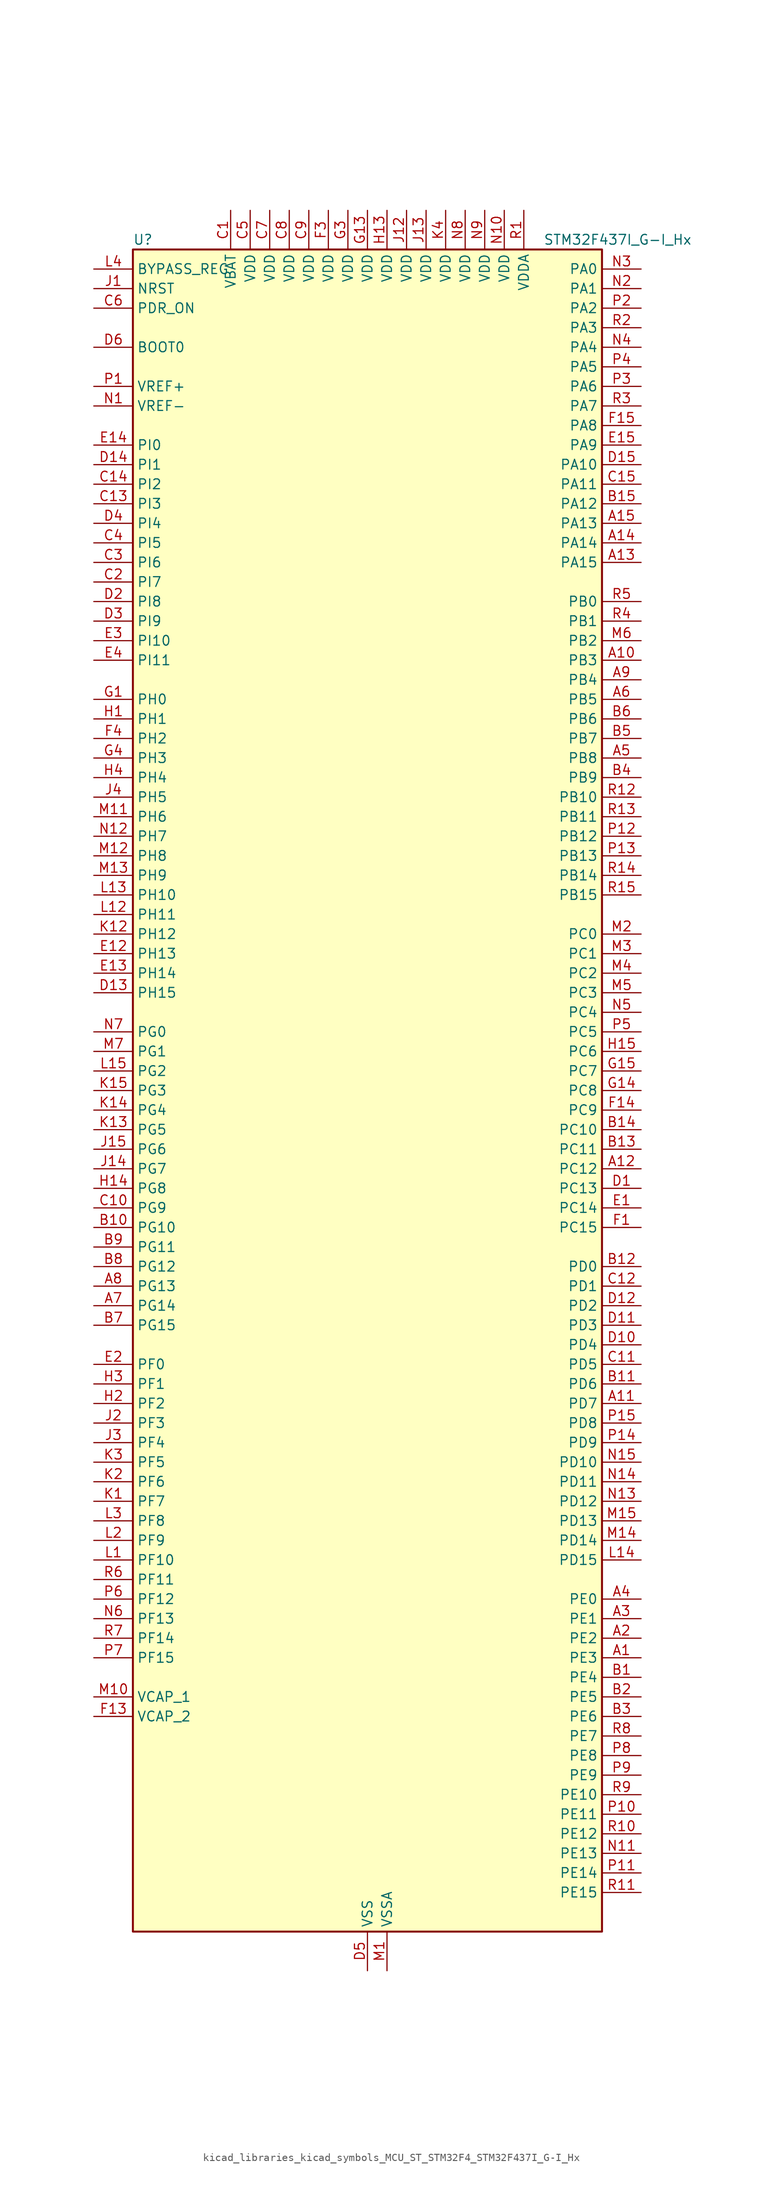
<source format=kicad_sym>
(kicad_symbol_lib
  (version 20220914)
  (generator kicad_symbol_editor)
  (symbol "kicad_libraries_kicad_symbols_MCU_ST_STM32F4_STM32F437I_G-I_Hx"
    (property "Reference" "U"
      (at -30.48 110.49 0)
      (effects (font (size 1.27 1.27)) (justify left)))
    (property "Value" "STM32F437I_G-I_Hx"
      (at 22.86 110.49 0)
      (effects (font (size 1.27 1.27)) (justify left)))
    (property "ki_locked" ""
      (at 0 0 0)
      (effects (font (size 1.27 1.27))))
    (symbol "kicad_libraries_kicad_symbols_MCU_ST_STM32F4_STM32F437I_G-I_Hx_0_1"
      (rectangle (start -30.48 -109.22) (end 30.48 109.22) (stroke (width 0.254) (type default)) (fill (type background))))
    (symbol "kicad_libraries_kicad_symbols_MCU_ST_STM32F4_STM32F437I_G-I_Hx_1_1"
      (pin bidirectional line (at 35.56 -73.66 180) (length 5.08) (name "PE3" (effects (font (size 1.27 1.27)))) (number "A1" (effects (font (size 1.27 1.27)))) (alternate "FMC_A19" bidirectional line) (alternate "SAI1_SD_B" bidirectional line) (alternate "SYS_TRACED0" bidirectional line))
      (pin bidirectional line (at 35.56 55.88 180) (length 5.08) (name "PB3" (effects (font (size 1.27 1.27)))) (number "A10" (effects (font (size 1.27 1.27)))) (alternate "I2S3_CK" bidirectional line) (alternate "SPI1_SCK" bidirectional line) (alternate "SPI3_SCK" bidirectional line) (alternate "SYS_JTDO-SWO" bidirectional line) (alternate "TIM2_CH2" bidirectional line))
      (pin bidirectional line (at 35.56 -40.64 180) (length 5.08) (name "PD7" (effects (font (size 1.27 1.27)))) (number "A11" (effects (font (size 1.27 1.27)))) (alternate "FMC_NCE2" bidirectional line) (alternate "FMC_NE1" bidirectional line) (alternate "USART2_CK" bidirectional line))
      (pin bidirectional line (at 35.56 -10.16 180) (length 5.08) (name "PC12" (effects (font (size 1.27 1.27)))) (number "A12" (effects (font (size 1.27 1.27)))) (alternate "DCMI_D9" bidirectional line) (alternate "I2S3_SD" bidirectional line) (alternate "SDIO_CK" bidirectional line) (alternate "SPI3_MOSI" bidirectional line) (alternate "UART5_TX" bidirectional line) (alternate "USART3_CK" bidirectional line))
      (pin bidirectional line (at 35.56 68.58 180) (length 5.08) (name "PA15" (effects (font (size 1.27 1.27)))) (number "A13" (effects (font (size 1.27 1.27)))) (alternate "ADC1_EXTI15" bidirectional line) (alternate "ADC2_EXTI15" bidirectional line) (alternate "ADC3_EXTI15" bidirectional line) (alternate "I2S3_WS" bidirectional line) (alternate "SPI1_NSS" bidirectional line) (alternate "SPI3_NSS" bidirectional line) (alternate "SYS_JTDI" bidirectional line) (alternate "TIM2_CH1" bidirectional line) (alternate "TIM2_ETR" bidirectional line))
      (pin bidirectional line (at 35.56 71.12 180) (length 5.08) (name "PA14" (effects (font (size 1.27 1.27)))) (number "A14" (effects (font (size 1.27 1.27)))) (alternate "SYS_JTCK-SWCLK" bidirectional line))
      (pin bidirectional line (at 35.56 73.66 180) (length 5.08) (name "PA13" (effects (font (size 1.27 1.27)))) (number "A15" (effects (font (size 1.27 1.27)))) (alternate "SYS_JTMS-SWDIO" bidirectional line))
      (pin bidirectional line (at 35.56 -71.12 180) (length 5.08) (name "PE2" (effects (font (size 1.27 1.27)))) (number "A2" (effects (font (size 1.27 1.27)))) (alternate "ETH_TXD3" bidirectional line) (alternate "FMC_A23" bidirectional line) (alternate "SAI1_MCLK_A" bidirectional line) (alternate "SPI4_SCK" bidirectional line) (alternate "SYS_TRACECLK" bidirectional line))
      (pin bidirectional line (at 35.56 -68.58 180) (length 5.08) (name "PE1" (effects (font (size 1.27 1.27)))) (number "A3" (effects (font (size 1.27 1.27)))) (alternate "DCMI_D3" bidirectional line) (alternate "FMC_NBL1" bidirectional line) (alternate "UART8_TX" bidirectional line))
      (pin bidirectional line (at 35.56 -66.04 180) (length 5.08) (name "PE0" (effects (font (size 1.27 1.27)))) (number "A4" (effects (font (size 1.27 1.27)))) (alternate "DCMI_D2" bidirectional line) (alternate "FMC_NBL0" bidirectional line) (alternate "TIM4_ETR" bidirectional line) (alternate "UART8_RX" bidirectional line))
      (pin bidirectional line (at 35.56 43.18 180) (length 5.08) (name "PB8" (effects (font (size 1.27 1.27)))) (number "A5" (effects (font (size 1.27 1.27)))) (alternate "CAN1_RX" bidirectional line) (alternate "DCMI_D6" bidirectional line) (alternate "ETH_TXD3" bidirectional line) (alternate "I2C1_SCL" bidirectional line) (alternate "SDIO_D4" bidirectional line) (alternate "TIM10_CH1" bidirectional line) (alternate "TIM4_CH3" bidirectional line))
      (pin bidirectional line (at 35.56 50.8 180) (length 5.08) (name "PB5" (effects (font (size 1.27 1.27)))) (number "A6" (effects (font (size 1.27 1.27)))) (alternate "CAN2_RX" bidirectional line) (alternate "DCMI_D10" bidirectional line) (alternate "ETH_PPS_OUT" bidirectional line) (alternate "FMC_SDCKE1" bidirectional line) (alternate "I2C1_SMBA" bidirectional line) (alternate "I2S3_SD" bidirectional line) (alternate "SPI1_MOSI" bidirectional line) (alternate "SPI3_MOSI" bidirectional line) (alternate "TIM3_CH2" bidirectional line) (alternate "USB_OTG_HS_ULPI_D7" bidirectional line))
      (pin bidirectional line (at -35.56 -27.94 0) (length 5.08) (name "PG14" (effects (font (size 1.27 1.27)))) (number "A7" (effects (font (size 1.27 1.27)))) (alternate "ETH_TXD1" bidirectional line) (alternate "FMC_A25" bidirectional line) (alternate "SPI6_MOSI" bidirectional line) (alternate "USART6_TX" bidirectional line))
      (pin bidirectional line (at -35.56 -25.4 0) (length 5.08) (name "PG13" (effects (font (size 1.27 1.27)))) (number "A8" (effects (font (size 1.27 1.27)))) (alternate "ETH_TXD0" bidirectional line) (alternate "FMC_A24" bidirectional line) (alternate "SPI6_SCK" bidirectional line) (alternate "USART6_CTS" bidirectional line))
      (pin bidirectional line (at 35.56 53.34 180) (length 5.08) (name "PB4" (effects (font (size 1.27 1.27)))) (number "A9" (effects (font (size 1.27 1.27)))) (alternate "I2S3_ext_SD" bidirectional line) (alternate "SPI1_MISO" bidirectional line) (alternate "SPI3_MISO" bidirectional line) (alternate "SYS_JTRST" bidirectional line) (alternate "TIM3_CH1" bidirectional line))
      (pin bidirectional line (at 35.56 -76.2 180) (length 5.08) (name "PE4" (effects (font (size 1.27 1.27)))) (number "B1" (effects (font (size 1.27 1.27)))) (alternate "DCMI_D4" bidirectional line) (alternate "FMC_A20" bidirectional line) (alternate "SAI1_FS_A" bidirectional line) (alternate "SPI4_NSS" bidirectional line) (alternate "SYS_TRACED1" bidirectional line))
      (pin bidirectional line (at -35.56 -17.78 0) (length 5.08) (name "PG10" (effects (font (size 1.27 1.27)))) (number "B10" (effects (font (size 1.27 1.27)))) (alternate "DCMI_D2" bidirectional line) (alternate "FMC_NCE4_1" bidirectional line) (alternate "FMC_NE3" bidirectional line))
      (pin bidirectional line (at 35.56 -38.1 180) (length 5.08) (name "PD6" (effects (font (size 1.27 1.27)))) (number "B11" (effects (font (size 1.27 1.27)))) (alternate "DCMI_D10" bidirectional line) (alternate "FMC_NWAIT" bidirectional line) (alternate "I2S3_SD" bidirectional line) (alternate "SAI1_SD_A" bidirectional line) (alternate "SPI3_MOSI" bidirectional line) (alternate "USART2_RX" bidirectional line))
      (pin bidirectional line (at 35.56 -22.86 180) (length 5.08) (name "PD0" (effects (font (size 1.27 1.27)))) (number "B12" (effects (font (size 1.27 1.27)))) (alternate "CAN1_RX" bidirectional line) (alternate "FMC_D2" bidirectional line) (alternate "FMC_DA2" bidirectional line))
      (pin bidirectional line (at 35.56 -7.62 180) (length 5.08) (name "PC11" (effects (font (size 1.27 1.27)))) (number "B13" (effects (font (size 1.27 1.27)))) (alternate "ADC1_EXTI11" bidirectional line) (alternate "ADC2_EXTI11" bidirectional line) (alternate "ADC3_EXTI11" bidirectional line) (alternate "DCMI_D4" bidirectional line) (alternate "I2S3_ext_SD" bidirectional line) (alternate "SDIO_D3" bidirectional line) (alternate "SPI3_MISO" bidirectional line) (alternate "UART4_RX" bidirectional line) (alternate "USART3_RX" bidirectional line))
      (pin bidirectional line (at 35.56 -5.08 180) (length 5.08) (name "PC10" (effects (font (size 1.27 1.27)))) (number "B14" (effects (font (size 1.27 1.27)))) (alternate "DCMI_D8" bidirectional line) (alternate "I2S3_CK" bidirectional line) (alternate "SDIO_D2" bidirectional line) (alternate "SPI3_SCK" bidirectional line) (alternate "UART4_TX" bidirectional line) (alternate "USART3_TX" bidirectional line))
      (pin bidirectional line (at 35.56 76.2 180) (length 5.08) (name "PA12" (effects (font (size 1.27 1.27)))) (number "B15" (effects (font (size 1.27 1.27)))) (alternate "CAN1_TX" bidirectional line) (alternate "TIM1_ETR" bidirectional line) (alternate "USART1_RTS" bidirectional line) (alternate "USB_OTG_FS_DP" bidirectional line))
      (pin bidirectional line (at 35.56 -78.74 180) (length 5.08) (name "PE5" (effects (font (size 1.27 1.27)))) (number "B2" (effects (font (size 1.27 1.27)))) (alternate "DCMI_D6" bidirectional line) (alternate "FMC_A21" bidirectional line) (alternate "SAI1_SCK_A" bidirectional line) (alternate "SPI4_MISO" bidirectional line) (alternate "SYS_TRACED2" bidirectional line) (alternate "TIM9_CH1" bidirectional line))
      (pin bidirectional line (at 35.56 -81.28 180) (length 5.08) (name "PE6" (effects (font (size 1.27 1.27)))) (number "B3" (effects (font (size 1.27 1.27)))) (alternate "DCMI_D7" bidirectional line) (alternate "FMC_A22" bidirectional line) (alternate "SAI1_SD_A" bidirectional line) (alternate "SPI4_MOSI" bidirectional line) (alternate "SYS_TRACED3" bidirectional line) (alternate "TIM9_CH2" bidirectional line))
      (pin bidirectional line (at 35.56 40.64 180) (length 5.08) (name "PB9" (effects (font (size 1.27 1.27)))) (number "B4" (effects (font (size 1.27 1.27)))) (alternate "CAN1_TX" bidirectional line) (alternate "DAC_EXTI9" bidirectional line) (alternate "DCMI_D7" bidirectional line) (alternate "I2C1_SDA" bidirectional line) (alternate "I2S2_WS" bidirectional line) (alternate "SDIO_D5" bidirectional line) (alternate "SPI2_NSS" bidirectional line) (alternate "TIM11_CH1" bidirectional line) (alternate "TIM4_CH4" bidirectional line))
      (pin bidirectional line (at 35.56 45.72 180) (length 5.08) (name "PB7" (effects (font (size 1.27 1.27)))) (number "B5" (effects (font (size 1.27 1.27)))) (alternate "DCMI_VSYNC" bidirectional line) (alternate "FMC_NL" bidirectional line) (alternate "I2C1_SDA" bidirectional line) (alternate "TIM4_CH2" bidirectional line) (alternate "USART1_RX" bidirectional line))
      (pin bidirectional line (at 35.56 48.26 180) (length 5.08) (name "PB6" (effects (font (size 1.27 1.27)))) (number "B6" (effects (font (size 1.27 1.27)))) (alternate "CAN2_TX" bidirectional line) (alternate "DCMI_D5" bidirectional line) (alternate "FMC_SDNE1" bidirectional line) (alternate "I2C1_SCL" bidirectional line) (alternate "TIM4_CH1" bidirectional line) (alternate "USART1_TX" bidirectional line))
      (pin bidirectional line (at -35.56 -30.48 0) (length 5.08) (name "PG15" (effects (font (size 1.27 1.27)))) (number "B7" (effects (font (size 1.27 1.27)))) (alternate "ADC1_EXTI15" bidirectional line) (alternate "ADC2_EXTI15" bidirectional line) (alternate "ADC3_EXTI15" bidirectional line) (alternate "DCMI_D13" bidirectional line) (alternate "FMC_SDNCAS" bidirectional line) (alternate "USART6_CTS" bidirectional line))
      (pin bidirectional line (at -35.56 -22.86 0) (length 5.08) (name "PG12" (effects (font (size 1.27 1.27)))) (number "B8" (effects (font (size 1.27 1.27)))) (alternate "FMC_NE4" bidirectional line) (alternate "SPI6_MISO" bidirectional line) (alternate "USART6_RTS" bidirectional line))
      (pin bidirectional line (at -35.56 -20.32 0) (length 5.08) (name "PG11" (effects (font (size 1.27 1.27)))) (number "B9" (effects (font (size 1.27 1.27)))) (alternate "ADC1_EXTI11" bidirectional line) (alternate "ADC2_EXTI11" bidirectional line) (alternate "ADC3_EXTI11" bidirectional line) (alternate "DCMI_D3" bidirectional line) (alternate "ETH_TX_EN" bidirectional line) (alternate "FMC_NCE4_2" bidirectional line))
      (pin power_in line (at -17.78 114.3 270) (length 5.08) (name "VBAT" (effects (font (size 1.27 1.27)))) (number "C1" (effects (font (size 1.27 1.27)))))
      (pin bidirectional line (at -35.56 -15.24 0) (length 5.08) (name "PG9" (effects (font (size 1.27 1.27)))) (number "C10" (effects (font (size 1.27 1.27)))) (alternate "DAC_EXTI9" bidirectional line) (alternate "DCMI_VSYNC" bidirectional line) (alternate "FMC_NCE3" bidirectional line) (alternate "FMC_NE2" bidirectional line) (alternate "USART6_RX" bidirectional line))
      (pin bidirectional line (at 35.56 -35.56 180) (length 5.08) (name "PD5" (effects (font (size 1.27 1.27)))) (number "C11" (effects (font (size 1.27 1.27)))) (alternate "FMC_NWE" bidirectional line) (alternate "USART2_TX" bidirectional line))
      (pin bidirectional line (at 35.56 -25.4 180) (length 5.08) (name "PD1" (effects (font (size 1.27 1.27)))) (number "C12" (effects (font (size 1.27 1.27)))) (alternate "CAN1_TX" bidirectional line) (alternate "FMC_D3" bidirectional line) (alternate "FMC_DA3" bidirectional line))
      (pin bidirectional line (at -35.56 76.2 0) (length 5.08) (name "PI3" (effects (font (size 1.27 1.27)))) (number "C13" (effects (font (size 1.27 1.27)))) (alternate "DCMI_D10" bidirectional line) (alternate "FMC_D27" bidirectional line) (alternate "I2S2_SD" bidirectional line) (alternate "SPI2_MOSI" bidirectional line) (alternate "TIM8_ETR" bidirectional line))
      (pin bidirectional line (at -35.56 78.74 0) (length 5.08) (name "PI2" (effects (font (size 1.27 1.27)))) (number "C14" (effects (font (size 1.27 1.27)))) (alternate "DCMI_D9" bidirectional line) (alternate "FMC_D26" bidirectional line) (alternate "I2S2_ext_SD" bidirectional line) (alternate "SPI2_MISO" bidirectional line) (alternate "TIM8_CH4" bidirectional line))
      (pin bidirectional line (at 35.56 78.74 180) (length 5.08) (name "PA11" (effects (font (size 1.27 1.27)))) (number "C15" (effects (font (size 1.27 1.27)))) (alternate "ADC1_EXTI11" bidirectional line) (alternate "ADC2_EXTI11" bidirectional line) (alternate "ADC3_EXTI11" bidirectional line) (alternate "CAN1_RX" bidirectional line) (alternate "TIM1_CH4" bidirectional line) (alternate "USART1_CTS" bidirectional line) (alternate "USB_OTG_FS_DM" bidirectional line))
      (pin bidirectional line (at -35.56 66.04 0) (length 5.08) (name "PI7" (effects (font (size 1.27 1.27)))) (number "C2" (effects (font (size 1.27 1.27)))) (alternate "DCMI_D7" bidirectional line) (alternate "FMC_D29" bidirectional line) (alternate "TIM8_CH3" bidirectional line))
      (pin bidirectional line (at -35.56 68.58 0) (length 5.08) (name "PI6" (effects (font (size 1.27 1.27)))) (number "C3" (effects (font (size 1.27 1.27)))) (alternate "DCMI_D6" bidirectional line) (alternate "FMC_D28" bidirectional line) (alternate "TIM8_CH2" bidirectional line))
      (pin bidirectional line (at -35.56 71.12 0) (length 5.08) (name "PI5" (effects (font (size 1.27 1.27)))) (number "C4" (effects (font (size 1.27 1.27)))) (alternate "DCMI_VSYNC" bidirectional line) (alternate "FMC_NBL3" bidirectional line) (alternate "TIM8_CH1" bidirectional line))
      (pin power_in line (at -15.24 114.3 270) (length 5.08) (name "VDD" (effects (font (size 1.27 1.27)))) (number "C5" (effects (font (size 1.27 1.27)))))
      (pin input line (at -35.56 101.6 0) (length 5.08) (name "PDR_ON" (effects (font (size 1.27 1.27)))) (number "C6" (effects (font (size 1.27 1.27)))))
      (pin power_in line (at -12.7 114.3 270) (length 5.08) (name "VDD" (effects (font (size 1.27 1.27)))) (number "C7" (effects (font (size 1.27 1.27)))))
      (pin power_in line (at -10.16 114.3 270) (length 5.08) (name "VDD" (effects (font (size 1.27 1.27)))) (number "C8" (effects (font (size 1.27 1.27)))))
      (pin power_in line (at -7.62 114.3 270) (length 5.08) (name "VDD" (effects (font (size 1.27 1.27)))) (number "C9" (effects (font (size 1.27 1.27)))))
      (pin bidirectional line (at 35.56 -12.7 180) (length 5.08) (name "PC13" (effects (font (size 1.27 1.27)))) (number "D1" (effects (font (size 1.27 1.27)))) (alternate "RTC_AF1" bidirectional line))
      (pin bidirectional line (at 35.56 -33.02 180) (length 5.08) (name "PD4" (effects (font (size 1.27 1.27)))) (number "D10" (effects (font (size 1.27 1.27)))) (alternate "FMC_NOE" bidirectional line) (alternate "USART2_RTS" bidirectional line))
      (pin bidirectional line (at 35.56 -30.48 180) (length 5.08) (name "PD3" (effects (font (size 1.27 1.27)))) (number "D11" (effects (font (size 1.27 1.27)))) (alternate "DCMI_D5" bidirectional line) (alternate "FMC_CLK" bidirectional line) (alternate "I2S2_CK" bidirectional line) (alternate "SPI2_SCK" bidirectional line) (alternate "USART2_CTS" bidirectional line))
      (pin bidirectional line (at 35.56 -27.94 180) (length 5.08) (name "PD2" (effects (font (size 1.27 1.27)))) (number "D12" (effects (font (size 1.27 1.27)))) (alternate "DCMI_D11" bidirectional line) (alternate "SDIO_CMD" bidirectional line) (alternate "TIM3_ETR" bidirectional line) (alternate "UART5_RX" bidirectional line))
      (pin bidirectional line (at -35.56 12.7 0) (length 5.08) (name "PH15" (effects (font (size 1.27 1.27)))) (number "D13" (effects (font (size 1.27 1.27)))) (alternate "ADC1_EXTI15" bidirectional line) (alternate "ADC2_EXTI15" bidirectional line) (alternate "ADC3_EXTI15" bidirectional line) (alternate "DCMI_D11" bidirectional line) (alternate "FMC_D23" bidirectional line) (alternate "TIM8_CH3N" bidirectional line))
      (pin bidirectional line (at -35.56 81.28 0) (length 5.08) (name "PI1" (effects (font (size 1.27 1.27)))) (number "D14" (effects (font (size 1.27 1.27)))) (alternate "DCMI_D8" bidirectional line) (alternate "FMC_D25" bidirectional line) (alternate "I2S2_CK" bidirectional line) (alternate "SPI2_SCK" bidirectional line))
      (pin bidirectional line (at 35.56 81.28 180) (length 5.08) (name "PA10" (effects (font (size 1.27 1.27)))) (number "D15" (effects (font (size 1.27 1.27)))) (alternate "DCMI_D1" bidirectional line) (alternate "TIM1_CH3" bidirectional line) (alternate "USART1_RX" bidirectional line) (alternate "USB_OTG_FS_ID" bidirectional line))
      (pin bidirectional line (at -35.56 63.5 0) (length 5.08) (name "PI8" (effects (font (size 1.27 1.27)))) (number "D2" (effects (font (size 1.27 1.27)))) (alternate "RTC_AF2" bidirectional line))
      (pin bidirectional line (at -35.56 60.96 0) (length 5.08) (name "PI9" (effects (font (size 1.27 1.27)))) (number "D3" (effects (font (size 1.27 1.27)))) (alternate "CAN1_RX" bidirectional line) (alternate "DAC_EXTI9" bidirectional line) (alternate "FMC_D30" bidirectional line))
      (pin bidirectional line (at -35.56 73.66 0) (length 5.08) (name "PI4" (effects (font (size 1.27 1.27)))) (number "D4" (effects (font (size 1.27 1.27)))) (alternate "DCMI_D5" bidirectional line) (alternate "FMC_NBL2" bidirectional line) (alternate "TIM8_BKIN" bidirectional line))
      (pin power_in line (at 0 -114.3 90) (length 5.08) (name "VSS" (effects (font (size 1.27 1.27)))) (number "D5" (effects (font (size 1.27 1.27)))))
      (pin input line (at -35.56 96.52 0) (length 5.08) (name "BOOT0" (effects (font (size 1.27 1.27)))) (number "D6" (effects (font (size 1.27 1.27)))))
      (pin passive line (at 0 -114.3 90) (length 5.08) hide (name "VSS" (effects (font (size 1.27 1.27)))) (number "D7" (effects (font (size 1.27 1.27)))))
      (pin passive line (at 0 -114.3 90) (length 5.08) hide (name "VSS" (effects (font (size 1.27 1.27)))) (number "D8" (effects (font (size 1.27 1.27)))))
      (pin passive line (at 0 -114.3 90) (length 5.08) hide (name "VSS" (effects (font (size 1.27 1.27)))) (number "D9" (effects (font (size 1.27 1.27)))))
      (pin bidirectional line (at 35.56 -15.24 180) (length 5.08) (name "PC14" (effects (font (size 1.27 1.27)))) (number "E1" (effects (font (size 1.27 1.27)))) (alternate "RCC_OSC32_IN" bidirectional line))
      (pin bidirectional line (at -35.56 17.78 0) (length 5.08) (name "PH13" (effects (font (size 1.27 1.27)))) (number "E12" (effects (font (size 1.27 1.27)))) (alternate "CAN1_TX" bidirectional line) (alternate "FMC_D21" bidirectional line) (alternate "TIM8_CH1N" bidirectional line))
      (pin bidirectional line (at -35.56 15.24 0) (length 5.08) (name "PH14" (effects (font (size 1.27 1.27)))) (number "E13" (effects (font (size 1.27 1.27)))) (alternate "DCMI_D4" bidirectional line) (alternate "FMC_D22" bidirectional line) (alternate "TIM8_CH2N" bidirectional line))
      (pin bidirectional line (at -35.56 83.82 0) (length 5.08) (name "PI0" (effects (font (size 1.27 1.27)))) (number "E14" (effects (font (size 1.27 1.27)))) (alternate "DCMI_D13" bidirectional line) (alternate "FMC_D24" bidirectional line) (alternate "I2S2_WS" bidirectional line) (alternate "SPI2_NSS" bidirectional line) (alternate "TIM5_CH4" bidirectional line))
      (pin bidirectional line (at 35.56 83.82 180) (length 5.08) (name "PA9" (effects (font (size 1.27 1.27)))) (number "E15" (effects (font (size 1.27 1.27)))) (alternate "DAC_EXTI9" bidirectional line) (alternate "DCMI_D0" bidirectional line) (alternate "I2C3_SMBA" bidirectional line) (alternate "TIM1_CH2" bidirectional line) (alternate "USART1_TX" bidirectional line) (alternate "USB_OTG_FS_VBUS" bidirectional line))
      (pin bidirectional line (at -35.56 -35.56 0) (length 5.08) (name "PF0" (effects (font (size 1.27 1.27)))) (number "E2" (effects (font (size 1.27 1.27)))) (alternate "FMC_A0" bidirectional line) (alternate "I2C2_SDA" bidirectional line))
      (pin bidirectional line (at -35.56 58.42 0) (length 5.08) (name "PI10" (effects (font (size 1.27 1.27)))) (number "E3" (effects (font (size 1.27 1.27)))) (alternate "ETH_RX_ER" bidirectional line) (alternate "FMC_D31" bidirectional line))
      (pin bidirectional line (at -35.56 55.88 0) (length 5.08) (name "PI11" (effects (font (size 1.27 1.27)))) (number "E4" (effects (font (size 1.27 1.27)))) (alternate "ADC1_EXTI11" bidirectional line) (alternate "ADC2_EXTI11" bidirectional line) (alternate "ADC3_EXTI11" bidirectional line) (alternate "USB_OTG_HS_ULPI_DIR" bidirectional line))
      (pin bidirectional line (at 35.56 -17.78 180) (length 5.08) (name "PC15" (effects (font (size 1.27 1.27)))) (number "F1" (effects (font (size 1.27 1.27)))) (alternate "ADC1_EXTI15" bidirectional line) (alternate "ADC2_EXTI15" bidirectional line) (alternate "ADC3_EXTI15" bidirectional line) (alternate "RCC_OSC32_OUT" bidirectional line))
      (pin passive line (at 0 -114.3 90) (length 5.08) hide (name "VSS" (effects (font (size 1.27 1.27)))) (number "F10" (effects (font (size 1.27 1.27)))))
      (pin passive line (at 0 -114.3 90) (length 5.08) hide (name "VSS" (effects (font (size 1.27 1.27)))) (number "F12" (effects (font (size 1.27 1.27)))))
      (pin power_out line (at -35.56 -81.28 0) (length 5.08) (name "VCAP_2" (effects (font (size 1.27 1.27)))) (number "F13" (effects (font (size 1.27 1.27)))))
      (pin bidirectional line (at 35.56 -2.54 180) (length 5.08) (name "PC9" (effects (font (size 1.27 1.27)))) (number "F14" (effects (font (size 1.27 1.27)))) (alternate "DAC_EXTI9" bidirectional line) (alternate "DCMI_D3" bidirectional line) (alternate "I2C3_SDA" bidirectional line) (alternate "I2S_CKIN" bidirectional line) (alternate "RCC_MCO_2" bidirectional line) (alternate "SDIO_D1" bidirectional line) (alternate "TIM3_CH4" bidirectional line) (alternate "TIM8_CH4" bidirectional line))
      (pin bidirectional line (at 35.56 86.36 180) (length 5.08) (name "PA8" (effects (font (size 1.27 1.27)))) (number "F15" (effects (font (size 1.27 1.27)))) (alternate "I2C3_SCL" bidirectional line) (alternate "RCC_MCO_1" bidirectional line) (alternate "TIM1_CH1" bidirectional line) (alternate "USART1_CK" bidirectional line) (alternate "USB_OTG_FS_SOF" bidirectional line))
      (pin passive line (at 0 -114.3 90) (length 5.08) hide (name "VSS" (effects (font (size 1.27 1.27)))) (number "F2" (effects (font (size 1.27 1.27)))))
      (pin power_in line (at -5.08 114.3 270) (length 5.08) (name "VDD" (effects (font (size 1.27 1.27)))) (number "F3" (effects (font (size 1.27 1.27)))))
      (pin bidirectional line (at -35.56 45.72 0) (length 5.08) (name "PH2" (effects (font (size 1.27 1.27)))) (number "F4" (effects (font (size 1.27 1.27)))) (alternate "ETH_CRS" bidirectional line) (alternate "FMC_SDCKE0" bidirectional line))
      (pin passive line (at 0 -114.3 90) (length 5.08) hide (name "VSS" (effects (font (size 1.27 1.27)))) (number "F6" (effects (font (size 1.27 1.27)))))
      (pin passive line (at 0 -114.3 90) (length 5.08) hide (name "VSS" (effects (font (size 1.27 1.27)))) (number "F7" (effects (font (size 1.27 1.27)))))
      (pin passive line (at 0 -114.3 90) (length 5.08) hide (name "VSS" (effects (font (size 1.27 1.27)))) (number "F8" (effects (font (size 1.27 1.27)))))
      (pin passive line (at 0 -114.3 90) (length 5.08) hide (name "VSS" (effects (font (size 1.27 1.27)))) (number "F9" (effects (font (size 1.27 1.27)))))
      (pin bidirectional line (at -35.56 50.8 0) (length 5.08) (name "PH0" (effects (font (size 1.27 1.27)))) (number "G1" (effects (font (size 1.27 1.27)))) (alternate "RCC_OSC_IN" bidirectional line))
      (pin passive line (at 0 -114.3 90) (length 5.08) hide (name "VSS" (effects (font (size 1.27 1.27)))) (number "G10" (effects (font (size 1.27 1.27)))))
      (pin passive line (at 0 -114.3 90) (length 5.08) hide (name "VSS" (effects (font (size 1.27 1.27)))) (number "G12" (effects (font (size 1.27 1.27)))))
      (pin power_in line (at 0 114.3 270) (length 5.08) (name "VDD" (effects (font (size 1.27 1.27)))) (number "G13" (effects (font (size 1.27 1.27)))))
      (pin bidirectional line (at 35.56 0 180) (length 5.08) (name "PC8" (effects (font (size 1.27 1.27)))) (number "G14" (effects (font (size 1.27 1.27)))) (alternate "DCMI_D2" bidirectional line) (alternate "SDIO_D0" bidirectional line) (alternate "TIM3_CH3" bidirectional line) (alternate "TIM8_CH3" bidirectional line) (alternate "USART6_CK" bidirectional line))
      (pin bidirectional line (at 35.56 2.54 180) (length 5.08) (name "PC7" (effects (font (size 1.27 1.27)))) (number "G15" (effects (font (size 1.27 1.27)))) (alternate "DCMI_D1" bidirectional line) (alternate "I2S3_MCK" bidirectional line) (alternate "SDIO_D7" bidirectional line) (alternate "TIM3_CH2" bidirectional line) (alternate "TIM8_CH2" bidirectional line) (alternate "USART6_RX" bidirectional line))
      (pin passive line (at 0 -114.3 90) (length 5.08) hide (name "VSS" (effects (font (size 1.27 1.27)))) (number "G2" (effects (font (size 1.27 1.27)))))
      (pin power_in line (at -2.54 114.3 270) (length 5.08) (name "VDD" (effects (font (size 1.27 1.27)))) (number "G3" (effects (font (size 1.27 1.27)))))
      (pin bidirectional line (at -35.56 43.18 0) (length 5.08) (name "PH3" (effects (font (size 1.27 1.27)))) (number "G4" (effects (font (size 1.27 1.27)))) (alternate "ETH_COL" bidirectional line) (alternate "FMC_SDNE0" bidirectional line))
      (pin passive line (at 0 -114.3 90) (length 5.08) hide (name "VSS" (effects (font (size 1.27 1.27)))) (number "G6" (effects (font (size 1.27 1.27)))))
      (pin passive line (at 0 -114.3 90) (length 5.08) hide (name "VSS" (effects (font (size 1.27 1.27)))) (number "G7" (effects (font (size 1.27 1.27)))))
      (pin passive line (at 0 -114.3 90) (length 5.08) hide (name "VSS" (effects (font (size 1.27 1.27)))) (number "G8" (effects (font (size 1.27 1.27)))))
      (pin passive line (at 0 -114.3 90) (length 5.08) hide (name "VSS" (effects (font (size 1.27 1.27)))) (number "G9" (effects (font (size 1.27 1.27)))))
      (pin bidirectional line (at -35.56 48.26 0) (length 5.08) (name "PH1" (effects (font (size 1.27 1.27)))) (number "H1" (effects (font (size 1.27 1.27)))) (alternate "RCC_OSC_OUT" bidirectional line))
      (pin passive line (at 0 -114.3 90) (length 5.08) hide (name "VSS" (effects (font (size 1.27 1.27)))) (number "H10" (effects (font (size 1.27 1.27)))))
      (pin passive line (at 0 -114.3 90) (length 5.08) hide (name "VSS" (effects (font (size 1.27 1.27)))) (number "H12" (effects (font (size 1.27 1.27)))))
      (pin power_in line (at 2.54 114.3 270) (length 5.08) (name "VDD" (effects (font (size 1.27 1.27)))) (number "H13" (effects (font (size 1.27 1.27)))))
      (pin bidirectional line (at -35.56 -12.7 0) (length 5.08) (name "PG8" (effects (font (size 1.27 1.27)))) (number "H14" (effects (font (size 1.27 1.27)))) (alternate "ETH_PPS_OUT" bidirectional line) (alternate "FMC_SDCLK" bidirectional line) (alternate "SPI6_NSS" bidirectional line) (alternate "USART6_RTS" bidirectional line))
      (pin bidirectional line (at 35.56 5.08 180) (length 5.08) (name "PC6" (effects (font (size 1.27 1.27)))) (number "H15" (effects (font (size 1.27 1.27)))) (alternate "DCMI_D0" bidirectional line) (alternate "I2S2_MCK" bidirectional line) (alternate "SDIO_D6" bidirectional line) (alternate "TIM3_CH1" bidirectional line) (alternate "TIM8_CH1" bidirectional line) (alternate "USART6_TX" bidirectional line))
      (pin bidirectional line (at -35.56 -40.64 0) (length 5.08) (name "PF2" (effects (font (size 1.27 1.27)))) (number "H2" (effects (font (size 1.27 1.27)))) (alternate "FMC_A2" bidirectional line) (alternate "I2C2_SMBA" bidirectional line))
      (pin bidirectional line (at -35.56 -38.1 0) (length 5.08) (name "PF1" (effects (font (size 1.27 1.27)))) (number "H3" (effects (font (size 1.27 1.27)))) (alternate "FMC_A1" bidirectional line) (alternate "I2C2_SCL" bidirectional line))
      (pin bidirectional line (at -35.56 40.64 0) (length 5.08) (name "PH4" (effects (font (size 1.27 1.27)))) (number "H4" (effects (font (size 1.27 1.27)))) (alternate "I2C2_SCL" bidirectional line) (alternate "USB_OTG_HS_ULPI_NXT" bidirectional line))
      (pin passive line (at 0 -114.3 90) (length 5.08) hide (name "VSS" (effects (font (size 1.27 1.27)))) (number "H6" (effects (font (size 1.27 1.27)))))
      (pin passive line (at 0 -114.3 90) (length 5.08) hide (name "VSS" (effects (font (size 1.27 1.27)))) (number "H7" (effects (font (size 1.27 1.27)))))
      (pin passive line (at 0 -114.3 90) (length 5.08) hide (name "VSS" (effects (font (size 1.27 1.27)))) (number "H8" (effects (font (size 1.27 1.27)))))
      (pin passive line (at 0 -114.3 90) (length 5.08) hide (name "VSS" (effects (font (size 1.27 1.27)))) (number "H9" (effects (font (size 1.27 1.27)))))
      (pin input line (at -35.56 104.14 0) (length 5.08) (name "NRST" (effects (font (size 1.27 1.27)))) (number "J1" (effects (font (size 1.27 1.27)))))
      (pin passive line (at 0 -114.3 90) (length 5.08) hide (name "VSS" (effects (font (size 1.27 1.27)))) (number "J10" (effects (font (size 1.27 1.27)))))
      (pin power_in line (at 5.08 114.3 270) (length 5.08) (name "VDD" (effects (font (size 1.27 1.27)))) (number "J12" (effects (font (size 1.27 1.27)))))
      (pin power_in line (at 7.62 114.3 270) (length 5.08) (name "VDD" (effects (font (size 1.27 1.27)))) (number "J13" (effects (font (size 1.27 1.27)))))
      (pin bidirectional line (at -35.56 -10.16 0) (length 5.08) (name "PG7" (effects (font (size 1.27 1.27)))) (number "J14" (effects (font (size 1.27 1.27)))) (alternate "DCMI_D13" bidirectional line) (alternate "FMC_INT3" bidirectional line) (alternate "USART6_CK" bidirectional line))
      (pin bidirectional line (at -35.56 -7.62 0) (length 5.08) (name "PG6" (effects (font (size 1.27 1.27)))) (number "J15" (effects (font (size 1.27 1.27)))) (alternate "DCMI_D12" bidirectional line) (alternate "FMC_INT2" bidirectional line))
      (pin bidirectional line (at -35.56 -43.18 0) (length 5.08) (name "PF3" (effects (font (size 1.27 1.27)))) (number "J2" (effects (font (size 1.27 1.27)))) (alternate "ADC3_IN9" bidirectional line) (alternate "FMC_A3" bidirectional line))
      (pin bidirectional line (at -35.56 -45.72 0) (length 5.08) (name "PF4" (effects (font (size 1.27 1.27)))) (number "J3" (effects (font (size 1.27 1.27)))) (alternate "ADC3_IN14" bidirectional line) (alternate "FMC_A4" bidirectional line))
      (pin bidirectional line (at -35.56 38.1 0) (length 5.08) (name "PH5" (effects (font (size 1.27 1.27)))) (number "J4" (effects (font (size 1.27 1.27)))) (alternate "FMC_SDNWE" bidirectional line) (alternate "I2C2_SDA" bidirectional line) (alternate "SPI5_NSS" bidirectional line))
      (pin passive line (at 0 -114.3 90) (length 5.08) hide (name "VSS" (effects (font (size 1.27 1.27)))) (number "J6" (effects (font (size 1.27 1.27)))))
      (pin passive line (at 0 -114.3 90) (length 5.08) hide (name "VSS" (effects (font (size 1.27 1.27)))) (number "J7" (effects (font (size 1.27 1.27)))))
      (pin passive line (at 0 -114.3 90) (length 5.08) hide (name "VSS" (effects (font (size 1.27 1.27)))) (number "J8" (effects (font (size 1.27 1.27)))))
      (pin passive line (at 0 -114.3 90) (length 5.08) hide (name "VSS" (effects (font (size 1.27 1.27)))) (number "J9" (effects (font (size 1.27 1.27)))))
      (pin bidirectional line (at -35.56 -53.34 0) (length 5.08) (name "PF7" (effects (font (size 1.27 1.27)))) (number "K1" (effects (font (size 1.27 1.27)))) (alternate "ADC3_IN5" bidirectional line) (alternate "FMC_NREG" bidirectional line) (alternate "SAI1_MCLK_B" bidirectional line) (alternate "SPI5_SCK" bidirectional line) (alternate "TIM11_CH1" bidirectional line) (alternate "UART7_TX" bidirectional line))
      (pin passive line (at 0 -114.3 90) (length 5.08) hide (name "VSS" (effects (font (size 1.27 1.27)))) (number "K10" (effects (font (size 1.27 1.27)))))
      (pin bidirectional line (at -35.56 20.32 0) (length 5.08) (name "PH12" (effects (font (size 1.27 1.27)))) (number "K12" (effects (font (size 1.27 1.27)))) (alternate "DCMI_D3" bidirectional line) (alternate "FMC_D20" bidirectional line) (alternate "TIM5_CH3" bidirectional line))
      (pin bidirectional line (at -35.56 -5.08 0) (length 5.08) (name "PG5" (effects (font (size 1.27 1.27)))) (number "K13" (effects (font (size 1.27 1.27)))) (alternate "FMC_A15" bidirectional line) (alternate "FMC_BA1" bidirectional line))
      (pin bidirectional line (at -35.56 -2.54 0) (length 5.08) (name "PG4" (effects (font (size 1.27 1.27)))) (number "K14" (effects (font (size 1.27 1.27)))) (alternate "FMC_A14" bidirectional line) (alternate "FMC_BA0" bidirectional line))
      (pin bidirectional line (at -35.56 0 0) (length 5.08) (name "PG3" (effects (font (size 1.27 1.27)))) (number "K15" (effects (font (size 1.27 1.27)))) (alternate "FMC_A13" bidirectional line))
      (pin bidirectional line (at -35.56 -50.8 0) (length 5.08) (name "PF6" (effects (font (size 1.27 1.27)))) (number "K2" (effects (font (size 1.27 1.27)))) (alternate "ADC3_IN4" bidirectional line) (alternate "FMC_NIORD" bidirectional line) (alternate "SAI1_SD_B" bidirectional line) (alternate "SPI5_NSS" bidirectional line) (alternate "TIM10_CH1" bidirectional line) (alternate "UART7_RX" bidirectional line))
      (pin bidirectional line (at -35.56 -48.26 0) (length 5.08) (name "PF5" (effects (font (size 1.27 1.27)))) (number "K3" (effects (font (size 1.27 1.27)))) (alternate "ADC3_IN15" bidirectional line) (alternate "FMC_A5" bidirectional line))
      (pin power_in line (at 10.16 114.3 270) (length 5.08) (name "VDD" (effects (font (size 1.27 1.27)))) (number "K4" (effects (font (size 1.27 1.27)))))
      (pin passive line (at 0 -114.3 90) (length 5.08) hide (name "VSS" (effects (font (size 1.27 1.27)))) (number "K6" (effects (font (size 1.27 1.27)))))
      (pin passive line (at 0 -114.3 90) (length 5.08) hide (name "VSS" (effects (font (size 1.27 1.27)))) (number "K7" (effects (font (size 1.27 1.27)))))
      (pin passive line (at 0 -114.3 90) (length 5.08) hide (name "VSS" (effects (font (size 1.27 1.27)))) (number "K8" (effects (font (size 1.27 1.27)))))
      (pin passive line (at 0 -114.3 90) (length 5.08) hide (name "VSS" (effects (font (size 1.27 1.27)))) (number "K9" (effects (font (size 1.27 1.27)))))
      (pin bidirectional line (at -35.56 -60.96 0) (length 5.08) (name "PF10" (effects (font (size 1.27 1.27)))) (number "L1" (effects (font (size 1.27 1.27)))) (alternate "ADC3_IN8" bidirectional line) (alternate "DCMI_D11" bidirectional line) (alternate "FMC_INTR" bidirectional line))
      (pin bidirectional line (at -35.56 22.86 0) (length 5.08) (name "PH11" (effects (font (size 1.27 1.27)))) (number "L12" (effects (font (size 1.27 1.27)))) (alternate "ADC1_EXTI11" bidirectional line) (alternate "ADC2_EXTI11" bidirectional line) (alternate "ADC3_EXTI11" bidirectional line) (alternate "DCMI_D2" bidirectional line) (alternate "FMC_D19" bidirectional line) (alternate "TIM5_CH2" bidirectional line))
      (pin bidirectional line (at -35.56 25.4 0) (length 5.08) (name "PH10" (effects (font (size 1.27 1.27)))) (number "L13" (effects (font (size 1.27 1.27)))) (alternate "DCMI_D1" bidirectional line) (alternate "FMC_D18" bidirectional line) (alternate "TIM5_CH1" bidirectional line))
      (pin bidirectional line (at 35.56 -60.96 180) (length 5.08) (name "PD15" (effects (font (size 1.27 1.27)))) (number "L14" (effects (font (size 1.27 1.27)))) (alternate "ADC1_EXTI15" bidirectional line) (alternate "ADC2_EXTI15" bidirectional line) (alternate "ADC3_EXTI15" bidirectional line) (alternate "FMC_D1" bidirectional line) (alternate "FMC_DA1" bidirectional line) (alternate "TIM4_CH4" bidirectional line))
      (pin bidirectional line (at -35.56 2.54 0) (length 5.08) (name "PG2" (effects (font (size 1.27 1.27)))) (number "L15" (effects (font (size 1.27 1.27)))) (alternate "FMC_A12" bidirectional line))
      (pin bidirectional line (at -35.56 -58.42 0) (length 5.08) (name "PF9" (effects (font (size 1.27 1.27)))) (number "L2" (effects (font (size 1.27 1.27)))) (alternate "ADC3_IN7" bidirectional line) (alternate "DAC_EXTI9" bidirectional line) (alternate "FMC_CD" bidirectional line) (alternate "SAI1_FS_B" bidirectional line) (alternate "SPI5_MOSI" bidirectional line) (alternate "TIM14_CH1" bidirectional line))
      (pin bidirectional line (at -35.56 -55.88 0) (length 5.08) (name "PF8" (effects (font (size 1.27 1.27)))) (number "L3" (effects (font (size 1.27 1.27)))) (alternate "ADC3_IN6" bidirectional line) (alternate "FMC_NIOWR" bidirectional line) (alternate "SAI1_SCK_B" bidirectional line) (alternate "SPI5_MISO" bidirectional line) (alternate "TIM13_CH1" bidirectional line))
      (pin input line (at -35.56 106.68 0) (length 5.08) (name "BYPASS_REG" (effects (font (size 1.27 1.27)))) (number "L4" (effects (font (size 1.27 1.27)))))
      (pin power_in line (at 2.54 -114.3 90) (length 5.08) (name "VSSA" (effects (font (size 1.27 1.27)))) (number "M1" (effects (font (size 1.27 1.27)))))
      (pin power_out line (at -35.56 -78.74 0) (length 5.08) (name "VCAP_1" (effects (font (size 1.27 1.27)))) (number "M10" (effects (font (size 1.27 1.27)))))
      (pin bidirectional line (at -35.56 35.56 0) (length 5.08) (name "PH6" (effects (font (size 1.27 1.27)))) (number "M11" (effects (font (size 1.27 1.27)))) (alternate "DCMI_D8" bidirectional line) (alternate "ETH_RXD2" bidirectional line) (alternate "FMC_SDNE1" bidirectional line) (alternate "I2C2_SMBA" bidirectional line) (alternate "SPI5_SCK" bidirectional line) (alternate "TIM12_CH1" bidirectional line))
      (pin bidirectional line (at -35.56 30.48 0) (length 5.08) (name "PH8" (effects (font (size 1.27 1.27)))) (number "M12" (effects (font (size 1.27 1.27)))) (alternate "DCMI_HSYNC" bidirectional line) (alternate "FMC_D16" bidirectional line) (alternate "I2C3_SDA" bidirectional line))
      (pin bidirectional line (at -35.56 27.94 0) (length 5.08) (name "PH9" (effects (font (size 1.27 1.27)))) (number "M13" (effects (font (size 1.27 1.27)))) (alternate "DAC_EXTI9" bidirectional line) (alternate "DCMI_D0" bidirectional line) (alternate "FMC_D17" bidirectional line) (alternate "I2C3_SMBA" bidirectional line) (alternate "TIM12_CH2" bidirectional line))
      (pin bidirectional line (at 35.56 -58.42 180) (length 5.08) (name "PD14" (effects (font (size 1.27 1.27)))) (number "M14" (effects (font (size 1.27 1.27)))) (alternate "FMC_D0" bidirectional line) (alternate "FMC_DA0" bidirectional line) (alternate "TIM4_CH3" bidirectional line))
      (pin bidirectional line (at 35.56 -55.88 180) (length 5.08) (name "PD13" (effects (font (size 1.27 1.27)))) (number "M15" (effects (font (size 1.27 1.27)))) (alternate "FMC_A18" bidirectional line) (alternate "TIM4_CH2" bidirectional line))
      (pin bidirectional line (at 35.56 20.32 180) (length 5.08) (name "PC0" (effects (font (size 1.27 1.27)))) (number "M2" (effects (font (size 1.27 1.27)))) (alternate "ADC1_IN10" bidirectional line) (alternate "ADC2_IN10" bidirectional line) (alternate "ADC3_IN10" bidirectional line) (alternate "FMC_SDNWE" bidirectional line) (alternate "USB_OTG_HS_ULPI_STP" bidirectional line))
      (pin bidirectional line (at 35.56 17.78 180) (length 5.08) (name "PC1" (effects (font (size 1.27 1.27)))) (number "M3" (effects (font (size 1.27 1.27)))) (alternate "ADC1_IN11" bidirectional line) (alternate "ADC2_IN11" bidirectional line) (alternate "ADC3_IN11" bidirectional line) (alternate "ETH_MDC" bidirectional line))
      (pin bidirectional line (at 35.56 15.24 180) (length 5.08) (name "PC2" (effects (font (size 1.27 1.27)))) (number "M4" (effects (font (size 1.27 1.27)))) (alternate "ADC1_IN12" bidirectional line) (alternate "ADC2_IN12" bidirectional line) (alternate "ADC3_IN12" bidirectional line) (alternate "ETH_TXD2" bidirectional line) (alternate "FMC_SDNE0" bidirectional line) (alternate "I2S2_ext_SD" bidirectional line) (alternate "SPI2_MISO" bidirectional line) (alternate "USB_OTG_HS_ULPI_DIR" bidirectional line))
      (pin bidirectional line (at 35.56 12.7 180) (length 5.08) (name "PC3" (effects (font (size 1.27 1.27)))) (number "M5" (effects (font (size 1.27 1.27)))) (alternate "ADC1_IN13" bidirectional line) (alternate "ADC2_IN13" bidirectional line) (alternate "ADC3_IN13" bidirectional line) (alternate "ETH_TX_CLK" bidirectional line) (alternate "FMC_SDCKE0" bidirectional line) (alternate "I2S2_SD" bidirectional line) (alternate "SPI2_MOSI" bidirectional line) (alternate "USB_OTG_HS_ULPI_NXT" bidirectional line))
      (pin bidirectional line (at 35.56 58.42 180) (length 5.08) (name "PB2" (effects (font (size 1.27 1.27)))) (number "M6" (effects (font (size 1.27 1.27)))))
      (pin bidirectional line (at -35.56 5.08 0) (length 5.08) (name "PG1" (effects (font (size 1.27 1.27)))) (number "M7" (effects (font (size 1.27 1.27)))) (alternate "FMC_A11" bidirectional line))
      (pin passive line (at 0 -114.3 90) (length 5.08) hide (name "VSS" (effects (font (size 1.27 1.27)))) (number "M8" (effects (font (size 1.27 1.27)))))
      (pin passive line (at 0 -114.3 90) (length 5.08) hide (name "VSS" (effects (font (size 1.27 1.27)))) (number "M9" (effects (font (size 1.27 1.27)))))
      (pin input line (at -35.56 88.9 0) (length 5.08) (name "VREF-" (effects (font (size 1.27 1.27)))) (number "N1" (effects (font (size 1.27 1.27)))))
      (pin power_in line (at 17.78 114.3 270) (length 5.08) (name "VDD" (effects (font (size 1.27 1.27)))) (number "N10" (effects (font (size 1.27 1.27)))))
      (pin bidirectional line (at 35.56 -99.06 180) (length 5.08) (name "PE13" (effects (font (size 1.27 1.27)))) (number "N11" (effects (font (size 1.27 1.27)))) (alternate "FMC_D10" bidirectional line) (alternate "FMC_DA10" bidirectional line) (alternate "SPI4_MISO" bidirectional line) (alternate "TIM1_CH3" bidirectional line))
      (pin bidirectional line (at -35.56 33.02 0) (length 5.08) (name "PH7" (effects (font (size 1.27 1.27)))) (number "N12" (effects (font (size 1.27 1.27)))) (alternate "DCMI_D9" bidirectional line) (alternate "ETH_RXD3" bidirectional line) (alternate "FMC_SDCKE1" bidirectional line) (alternate "I2C3_SCL" bidirectional line) (alternate "SPI5_MISO" bidirectional line))
      (pin bidirectional line (at 35.56 -53.34 180) (length 5.08) (name "PD12" (effects (font (size 1.27 1.27)))) (number "N13" (effects (font (size 1.27 1.27)))) (alternate "FMC_A17" bidirectional line) (alternate "FMC_ALE" bidirectional line) (alternate "TIM4_CH1" bidirectional line) (alternate "USART3_RTS" bidirectional line))
      (pin bidirectional line (at 35.56 -50.8 180) (length 5.08) (name "PD11" (effects (font (size 1.27 1.27)))) (number "N14" (effects (font (size 1.27 1.27)))) (alternate "ADC1_EXTI11" bidirectional line) (alternate "ADC2_EXTI11" bidirectional line) (alternate "ADC3_EXTI11" bidirectional line) (alternate "FMC_A16" bidirectional line) (alternate "FMC_CLE" bidirectional line) (alternate "USART3_CTS" bidirectional line))
      (pin bidirectional line (at 35.56 -48.26 180) (length 5.08) (name "PD10" (effects (font (size 1.27 1.27)))) (number "N15" (effects (font (size 1.27 1.27)))) (alternate "FMC_D15" bidirectional line) (alternate "FMC_DA15" bidirectional line) (alternate "USART3_CK" bidirectional line))
      (pin bidirectional line (at 35.56 104.14 180) (length 5.08) (name "PA1" (effects (font (size 1.27 1.27)))) (number "N2" (effects (font (size 1.27 1.27)))) (alternate "ADC1_IN1" bidirectional line) (alternate "ADC2_IN1" bidirectional line) (alternate "ADC3_IN1" bidirectional line) (alternate "ETH_REF_CLK" bidirectional line) (alternate "ETH_RX_CLK" bidirectional line) (alternate "TIM2_CH2" bidirectional line) (alternate "TIM5_CH2" bidirectional line) (alternate "UART4_RX" bidirectional line) (alternate "USART2_RTS" bidirectional line))
      (pin bidirectional line (at 35.56 106.68 180) (length 5.08) (name "PA0" (effects (font (size 1.27 1.27)))) (number "N3" (effects (font (size 1.27 1.27)))) (alternate "ADC1_IN0" bidirectional line) (alternate "ADC2_IN0" bidirectional line) (alternate "ADC3_IN0" bidirectional line) (alternate "ETH_CRS" bidirectional line) (alternate "SYS_WKUP" bidirectional line) (alternate "TIM2_CH1" bidirectional line) (alternate "TIM2_ETR" bidirectional line) (alternate "TIM5_CH1" bidirectional line) (alternate "TIM8_ETR" bidirectional line) (alternate "UART4_TX" bidirectional line) (alternate "USART2_CTS" bidirectional line))
      (pin bidirectional line (at 35.56 96.52 180) (length 5.08) (name "PA4" (effects (font (size 1.27 1.27)))) (number "N4" (effects (font (size 1.27 1.27)))) (alternate "ADC1_IN4" bidirectional line) (alternate "ADC2_IN4" bidirectional line) (alternate "DAC_OUT1" bidirectional line) (alternate "DCMI_HSYNC" bidirectional line) (alternate "I2S3_WS" bidirectional line) (alternate "SPI1_NSS" bidirectional line) (alternate "SPI3_NSS" bidirectional line) (alternate "USART2_CK" bidirectional line) (alternate "USB_OTG_HS_SOF" bidirectional line))
      (pin bidirectional line (at 35.56 10.16 180) (length 5.08) (name "PC4" (effects (font (size 1.27 1.27)))) (number "N5" (effects (font (size 1.27 1.27)))) (alternate "ADC1_IN14" bidirectional line) (alternate "ADC2_IN14" bidirectional line) (alternate "ETH_RXD0" bidirectional line))
      (pin bidirectional line (at -35.56 -68.58 0) (length 5.08) (name "PF13" (effects (font (size 1.27 1.27)))) (number "N6" (effects (font (size 1.27 1.27)))) (alternate "FMC_A7" bidirectional line))
      (pin bidirectional line (at -35.56 7.62 0) (length 5.08) (name "PG0" (effects (font (size 1.27 1.27)))) (number "N7" (effects (font (size 1.27 1.27)))) (alternate "FMC_A10" bidirectional line))
      (pin power_in line (at 12.7 114.3 270) (length 5.08) (name "VDD" (effects (font (size 1.27 1.27)))) (number "N8" (effects (font (size 1.27 1.27)))))
      (pin power_in line (at 15.24 114.3 270) (length 5.08) (name "VDD" (effects (font (size 1.27 1.27)))) (number "N9" (effects (font (size 1.27 1.27)))))
      (pin input line (at -35.56 91.44 0) (length 5.08) (name "VREF+" (effects (font (size 1.27 1.27)))) (number "P1" (effects (font (size 1.27 1.27)))))
      (pin bidirectional line (at 35.56 -93.98 180) (length 5.08) (name "PE11" (effects (font (size 1.27 1.27)))) (number "P10" (effects (font (size 1.27 1.27)))) (alternate "ADC1_EXTI11" bidirectional line) (alternate "ADC2_EXTI11" bidirectional line) (alternate "ADC3_EXTI11" bidirectional line) (alternate "FMC_D8" bidirectional line) (alternate "FMC_DA8" bidirectional line) (alternate "SPI4_NSS" bidirectional line) (alternate "TIM1_CH2" bidirectional line))
      (pin bidirectional line (at 35.56 -101.6 180) (length 5.08) (name "PE14" (effects (font (size 1.27 1.27)))) (number "P11" (effects (font (size 1.27 1.27)))) (alternate "FMC_D11" bidirectional line) (alternate "FMC_DA11" bidirectional line) (alternate "SPI4_MOSI" bidirectional line) (alternate "TIM1_CH4" bidirectional line))
      (pin bidirectional line (at 35.56 33.02 180) (length 5.08) (name "PB12" (effects (font (size 1.27 1.27)))) (number "P12" (effects (font (size 1.27 1.27)))) (alternate "CAN2_RX" bidirectional line) (alternate "ETH_TXD0" bidirectional line) (alternate "I2C2_SMBA" bidirectional line) (alternate "I2S2_WS" bidirectional line) (alternate "SPI2_NSS" bidirectional line) (alternate "TIM1_BKIN" bidirectional line) (alternate "USART3_CK" bidirectional line) (alternate "USB_OTG_HS_ID" bidirectional line) (alternate "USB_OTG_HS_ULPI_D5" bidirectional line))
      (pin bidirectional line (at 35.56 30.48 180) (length 5.08) (name "PB13" (effects (font (size 1.27 1.27)))) (number "P13" (effects (font (size 1.27 1.27)))) (alternate "CAN2_TX" bidirectional line) (alternate "ETH_TXD1" bidirectional line) (alternate "I2S2_CK" bidirectional line) (alternate "SPI2_SCK" bidirectional line) (alternate "TIM1_CH1N" bidirectional line) (alternate "USART3_CTS" bidirectional line) (alternate "USB_OTG_HS_ULPI_D6" bidirectional line) (alternate "USB_OTG_HS_VBUS" bidirectional line))
      (pin bidirectional line (at 35.56 -45.72 180) (length 5.08) (name "PD9" (effects (font (size 1.27 1.27)))) (number "P14" (effects (font (size 1.27 1.27)))) (alternate "DAC_EXTI9" bidirectional line) (alternate "FMC_D14" bidirectional line) (alternate "FMC_DA14" bidirectional line) (alternate "USART3_RX" bidirectional line))
      (pin bidirectional line (at 35.56 -43.18 180) (length 5.08) (name "PD8" (effects (font (size 1.27 1.27)))) (number "P15" (effects (font (size 1.27 1.27)))) (alternate "FMC_D13" bidirectional line) (alternate "FMC_DA13" bidirectional line) (alternate "USART3_TX" bidirectional line))
      (pin bidirectional line (at 35.56 101.6 180) (length 5.08) (name "PA2" (effects (font (size 1.27 1.27)))) (number "P2" (effects (font (size 1.27 1.27)))) (alternate "ADC1_IN2" bidirectional line) (alternate "ADC2_IN2" bidirectional line) (alternate "ADC3_IN2" bidirectional line) (alternate "ETH_MDIO" bidirectional line) (alternate "TIM2_CH3" bidirectional line) (alternate "TIM5_CH3" bidirectional line) (alternate "TIM9_CH1" bidirectional line) (alternate "USART2_TX" bidirectional line))
      (pin bidirectional line (at 35.56 91.44 180) (length 5.08) (name "PA6" (effects (font (size 1.27 1.27)))) (number "P3" (effects (font (size 1.27 1.27)))) (alternate "ADC1_IN6" bidirectional line) (alternate "ADC2_IN6" bidirectional line) (alternate "DCMI_PIXCLK" bidirectional line) (alternate "SPI1_MISO" bidirectional line) (alternate "TIM13_CH1" bidirectional line) (alternate "TIM1_BKIN" bidirectional line) (alternate "TIM3_CH1" bidirectional line) (alternate "TIM8_BKIN" bidirectional line))
      (pin bidirectional line (at 35.56 93.98 180) (length 5.08) (name "PA5" (effects (font (size 1.27 1.27)))) (number "P4" (effects (font (size 1.27 1.27)))) (alternate "ADC1_IN5" bidirectional line) (alternate "ADC2_IN5" bidirectional line) (alternate "DAC_OUT2" bidirectional line) (alternate "SPI1_SCK" bidirectional line) (alternate "TIM2_CH1" bidirectional line) (alternate "TIM2_ETR" bidirectional line) (alternate "TIM8_CH1N" bidirectional line) (alternate "USB_OTG_HS_ULPI_CK" bidirectional line))
      (pin bidirectional line (at 35.56 7.62 180) (length 5.08) (name "PC5" (effects (font (size 1.27 1.27)))) (number "P5" (effects (font (size 1.27 1.27)))) (alternate "ADC1_IN15" bidirectional line) (alternate "ADC2_IN15" bidirectional line) (alternate "ETH_RXD1" bidirectional line))
      (pin bidirectional line (at -35.56 -66.04 0) (length 5.08) (name "PF12" (effects (font (size 1.27 1.27)))) (number "P6" (effects (font (size 1.27 1.27)))) (alternate "FMC_A6" bidirectional line))
      (pin bidirectional line (at -35.56 -73.66 0) (length 5.08) (name "PF15" (effects (font (size 1.27 1.27)))) (number "P7" (effects (font (size 1.27 1.27)))) (alternate "ADC1_EXTI15" bidirectional line) (alternate "ADC2_EXTI15" bidirectional line) (alternate "ADC3_EXTI15" bidirectional line) (alternate "FMC_A9" bidirectional line))
      (pin bidirectional line (at 35.56 -86.36 180) (length 5.08) (name "PE8" (effects (font (size 1.27 1.27)))) (number "P8" (effects (font (size 1.27 1.27)))) (alternate "FMC_D5" bidirectional line) (alternate "FMC_DA5" bidirectional line) (alternate "TIM1_CH1N" bidirectional line) (alternate "UART7_TX" bidirectional line))
      (pin bidirectional line (at 35.56 -88.9 180) (length 5.08) (name "PE9" (effects (font (size 1.27 1.27)))) (number "P9" (effects (font (size 1.27 1.27)))) (alternate "DAC_EXTI9" bidirectional line) (alternate "FMC_D6" bidirectional line) (alternate "FMC_DA6" bidirectional line) (alternate "TIM1_CH1" bidirectional line))
      (pin power_in line (at 20.32 114.3 270) (length 5.08) (name "VDDA" (effects (font (size 1.27 1.27)))) (number "R1" (effects (font (size 1.27 1.27)))))
      (pin bidirectional line (at 35.56 -96.52 180) (length 5.08) (name "PE12" (effects (font (size 1.27 1.27)))) (number "R10" (effects (font (size 1.27 1.27)))) (alternate "FMC_D9" bidirectional line) (alternate "FMC_DA9" bidirectional line) (alternate "SPI4_SCK" bidirectional line) (alternate "TIM1_CH3N" bidirectional line))
      (pin bidirectional line (at 35.56 -104.14 180) (length 5.08) (name "PE15" (effects (font (size 1.27 1.27)))) (number "R11" (effects (font (size 1.27 1.27)))) (alternate "ADC1_EXTI15" bidirectional line) (alternate "ADC2_EXTI15" bidirectional line) (alternate "ADC3_EXTI15" bidirectional line) (alternate "FMC_D12" bidirectional line) (alternate "FMC_DA12" bidirectional line) (alternate "TIM1_BKIN" bidirectional line))
      (pin bidirectional line (at 35.56 38.1 180) (length 5.08) (name "PB10" (effects (font (size 1.27 1.27)))) (number "R12" (effects (font (size 1.27 1.27)))) (alternate "ETH_RX_ER" bidirectional line) (alternate "I2C2_SCL" bidirectional line) (alternate "I2S2_CK" bidirectional line) (alternate "SPI2_SCK" bidirectional line) (alternate "TIM2_CH3" bidirectional line) (alternate "USART3_TX" bidirectional line) (alternate "USB_OTG_HS_ULPI_D3" bidirectional line))
      (pin bidirectional line (at 35.56 35.56 180) (length 5.08) (name "PB11" (effects (font (size 1.27 1.27)))) (number "R13" (effects (font (size 1.27 1.27)))) (alternate "ADC1_EXTI11" bidirectional line) (alternate "ADC2_EXTI11" bidirectional line) (alternate "ADC3_EXTI11" bidirectional line) (alternate "ETH_TX_EN" bidirectional line) (alternate "I2C2_SDA" bidirectional line) (alternate "TIM2_CH4" bidirectional line) (alternate "USART3_RX" bidirectional line) (alternate "USB_OTG_HS_ULPI_D4" bidirectional line))
      (pin bidirectional line (at 35.56 27.94 180) (length 5.08) (name "PB14" (effects (font (size 1.27 1.27)))) (number "R14" (effects (font (size 1.27 1.27)))) (alternate "I2S2_ext_SD" bidirectional line) (alternate "SPI2_MISO" bidirectional line) (alternate "TIM12_CH1" bidirectional line) (alternate "TIM1_CH2N" bidirectional line) (alternate "TIM8_CH2N" bidirectional line) (alternate "USART3_RTS" bidirectional line) (alternate "USB_OTG_HS_DM" bidirectional line))
      (pin bidirectional line (at 35.56 25.4 180) (length 5.08) (name "PB15" (effects (font (size 1.27 1.27)))) (number "R15" (effects (font (size 1.27 1.27)))) (alternate "ADC1_EXTI15" bidirectional line) (alternate "ADC2_EXTI15" bidirectional line) (alternate "ADC3_EXTI15" bidirectional line) (alternate "I2S2_SD" bidirectional line) (alternate "RTC_REFIN" bidirectional line) (alternate "SPI2_MOSI" bidirectional line) (alternate "TIM12_CH2" bidirectional line) (alternate "TIM1_CH3N" bidirectional line) (alternate "TIM8_CH3N" bidirectional line) (alternate "USB_OTG_HS_DP" bidirectional line))
      (pin bidirectional line (at 35.56 99.06 180) (length 5.08) (name "PA3" (effects (font (size 1.27 1.27)))) (number "R2" (effects (font (size 1.27 1.27)))) (alternate "ADC1_IN3" bidirectional line) (alternate "ADC2_IN3" bidirectional line) (alternate "ADC3_IN3" bidirectional line) (alternate "ETH_COL" bidirectional line) (alternate "TIM2_CH4" bidirectional line) (alternate "TIM5_CH4" bidirectional line) (alternate "TIM9_CH2" bidirectional line) (alternate "USART2_RX" bidirectional line) (alternate "USB_OTG_HS_ULPI_D0" bidirectional line))
      (pin bidirectional line (at 35.56 88.9 180) (length 5.08) (name "PA7" (effects (font (size 1.27 1.27)))) (number "R3" (effects (font (size 1.27 1.27)))) (alternate "ADC1_IN7" bidirectional line) (alternate "ADC2_IN7" bidirectional line) (alternate "ETH_CRS_DV" bidirectional line) (alternate "ETH_RX_DV" bidirectional line) (alternate "SPI1_MOSI" bidirectional line) (alternate "TIM14_CH1" bidirectional line) (alternate "TIM1_CH1N" bidirectional line) (alternate "TIM3_CH2" bidirectional line) (alternate "TIM8_CH1N" bidirectional line))
      (pin bidirectional line (at 35.56 60.96 180) (length 5.08) (name "PB1" (effects (font (size 1.27 1.27)))) (number "R4" (effects (font (size 1.27 1.27)))) (alternate "ADC1_IN9" bidirectional line) (alternate "ADC2_IN9" bidirectional line) (alternate "ETH_RXD3" bidirectional line) (alternate "TIM1_CH3N" bidirectional line) (alternate "TIM3_CH4" bidirectional line) (alternate "TIM8_CH3N" bidirectional line) (alternate "USB_OTG_HS_ULPI_D2" bidirectional line))
      (pin bidirectional line (at 35.56 63.5 180) (length 5.08) (name "PB0" (effects (font (size 1.27 1.27)))) (number "R5" (effects (font (size 1.27 1.27)))) (alternate "ADC1_IN8" bidirectional line) (alternate "ADC2_IN8" bidirectional line) (alternate "ETH_RXD2" bidirectional line) (alternate "TIM1_CH2N" bidirectional line) (alternate "TIM3_CH3" bidirectional line) (alternate "TIM8_CH2N" bidirectional line) (alternate "USB_OTG_HS_ULPI_D1" bidirectional line))
      (pin bidirectional line (at -35.56 -63.5 0) (length 5.08) (name "PF11" (effects (font (size 1.27 1.27)))) (number "R6" (effects (font (size 1.27 1.27)))) (alternate "ADC1_EXTI11" bidirectional line) (alternate "ADC2_EXTI11" bidirectional line) (alternate "ADC3_EXTI11" bidirectional line) (alternate "DCMI_D12" bidirectional line) (alternate "FMC_SDNRAS" bidirectional line) (alternate "SPI5_MOSI" bidirectional line))
      (pin bidirectional line (at -35.56 -71.12 0) (length 5.08) (name "PF14" (effects (font (size 1.27 1.27)))) (number "R7" (effects (font (size 1.27 1.27)))) (alternate "FMC_A8" bidirectional line))
      (pin bidirectional line (at 35.56 -83.82 180) (length 5.08) (name "PE7" (effects (font (size 1.27 1.27)))) (number "R8" (effects (font (size 1.27 1.27)))) (alternate "FMC_D4" bidirectional line) (alternate "FMC_DA4" bidirectional line) (alternate "TIM1_ETR" bidirectional line) (alternate "UART7_RX" bidirectional line))
      (pin bidirectional line (at 35.56 -91.44 180) (length 5.08) (name "PE10" (effects (font (size 1.27 1.27)))) (number "R9" (effects (font (size 1.27 1.27)))) (alternate "FMC_D7" bidirectional line) (alternate "FMC_DA7" bidirectional line) (alternate "TIM1_CH2N" bidirectional line)))))
</source>
